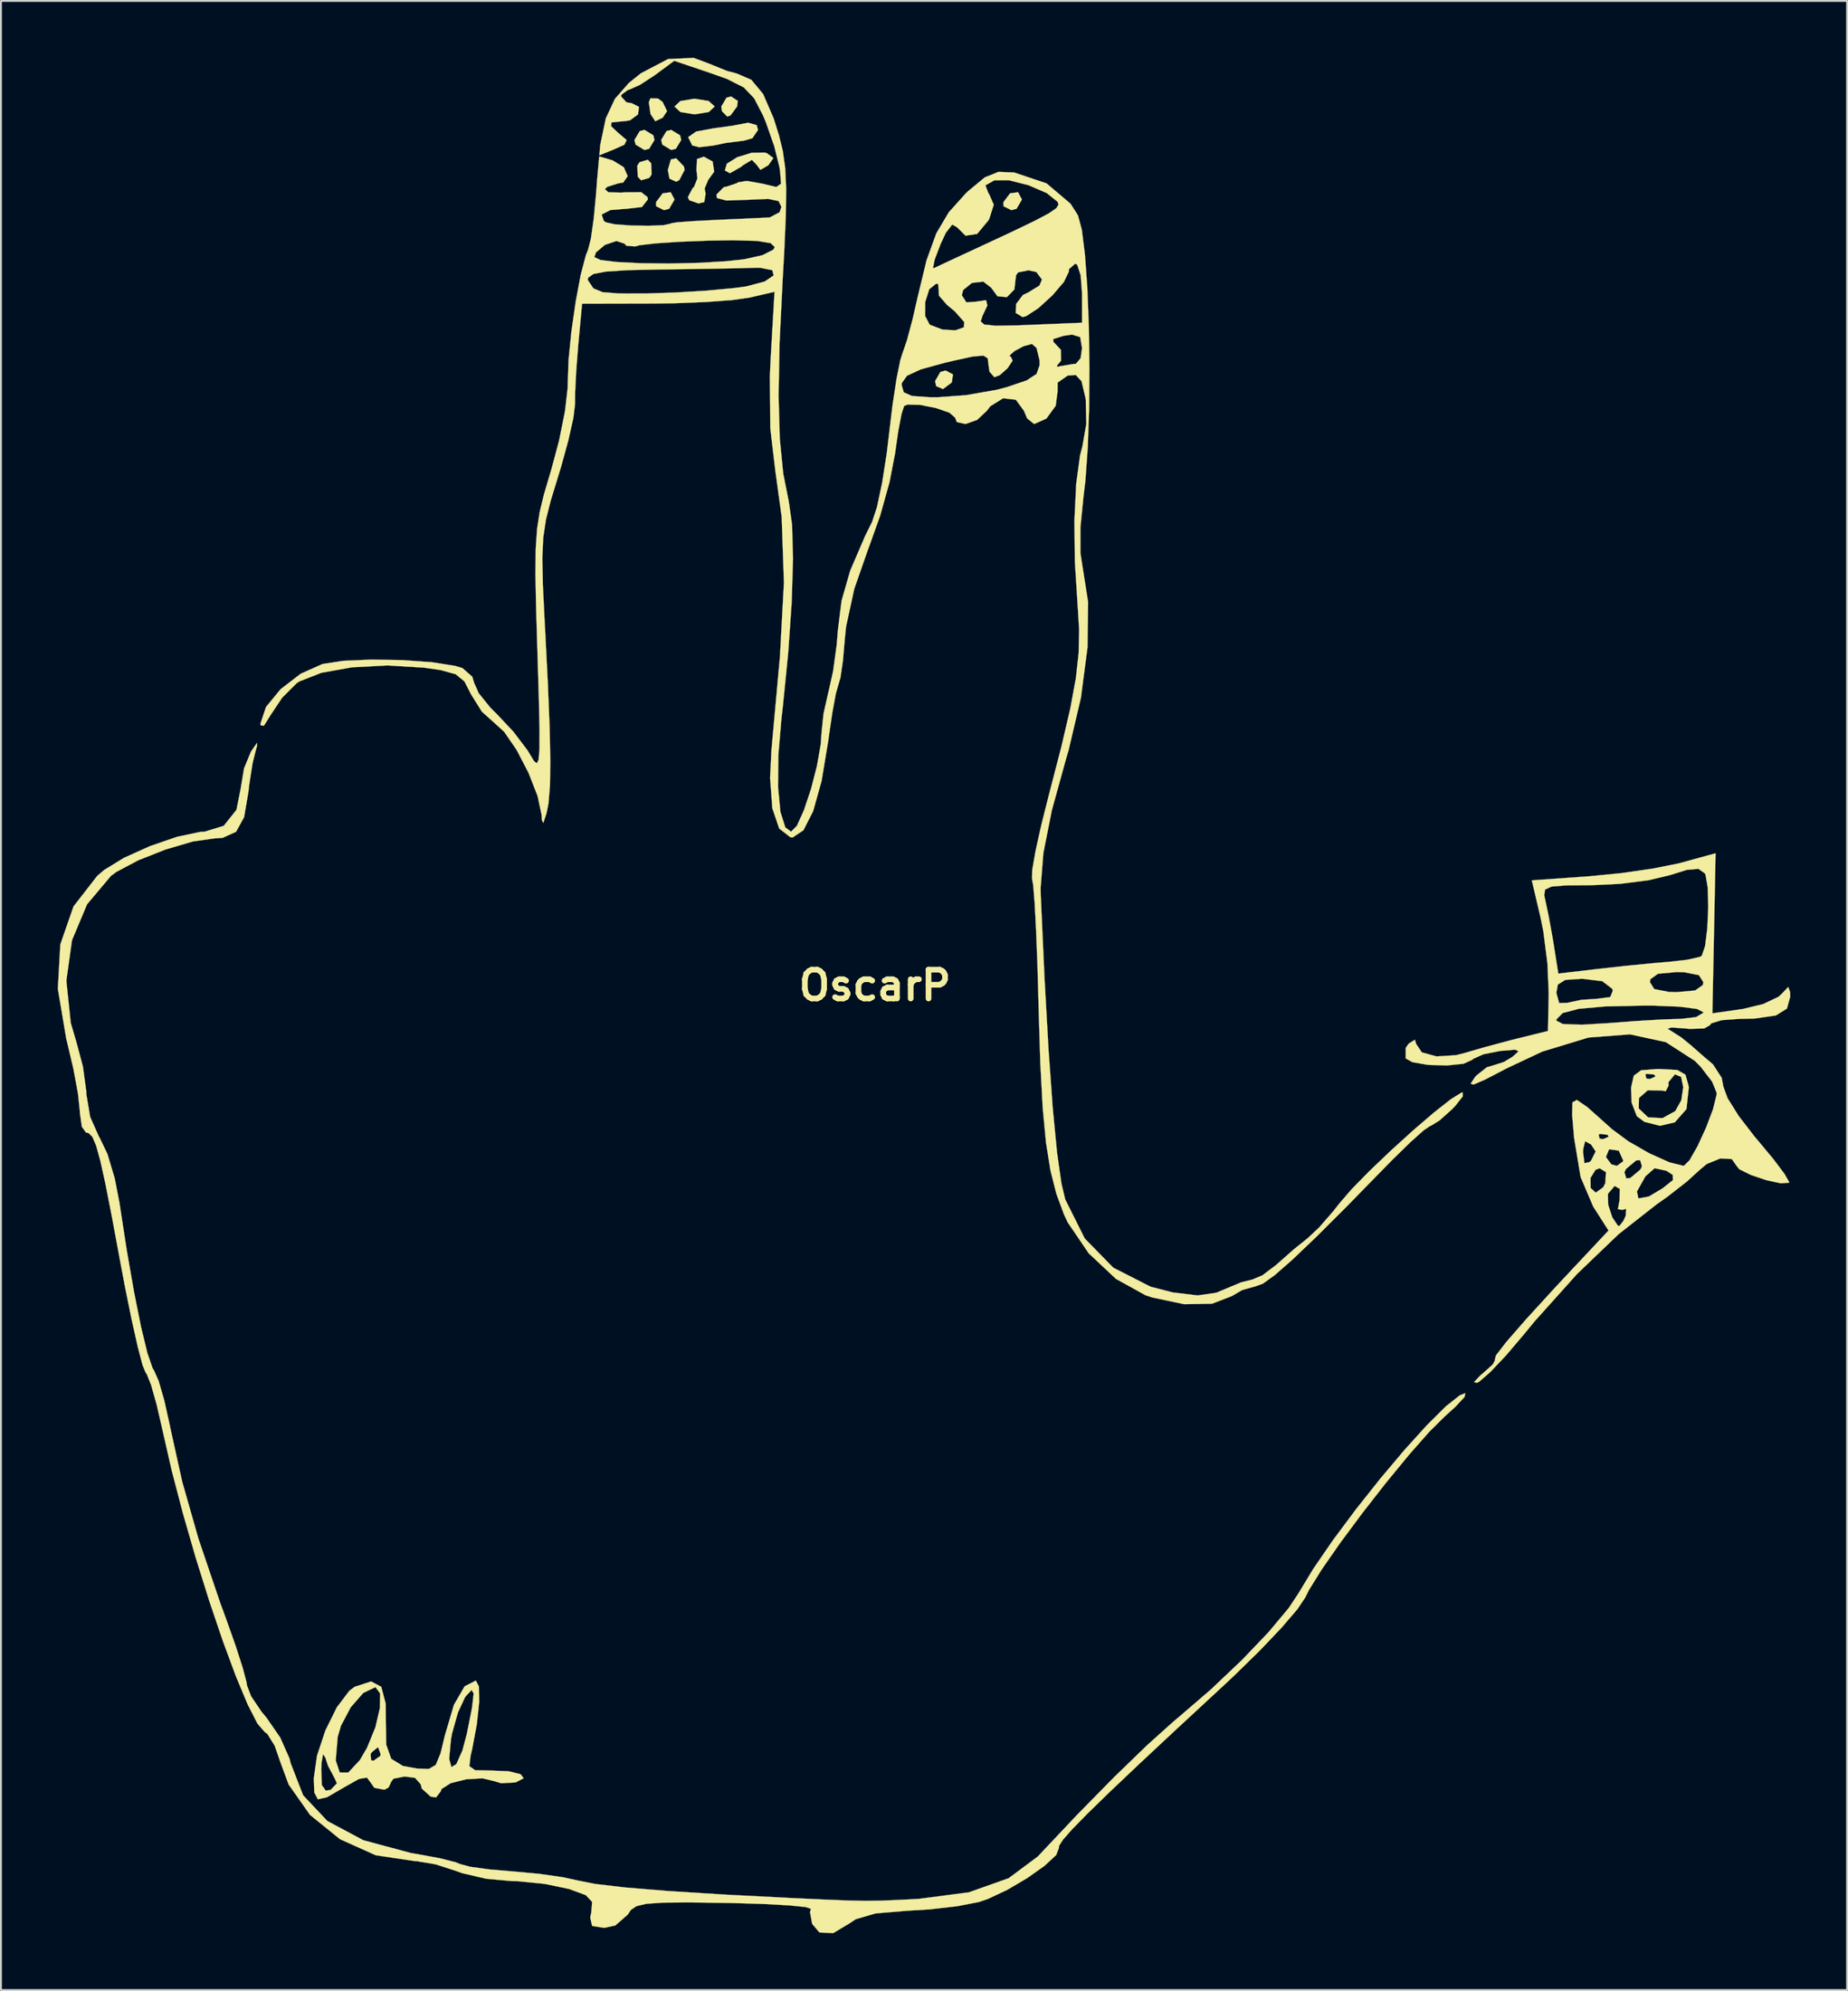
<source format=kicad_pcb>
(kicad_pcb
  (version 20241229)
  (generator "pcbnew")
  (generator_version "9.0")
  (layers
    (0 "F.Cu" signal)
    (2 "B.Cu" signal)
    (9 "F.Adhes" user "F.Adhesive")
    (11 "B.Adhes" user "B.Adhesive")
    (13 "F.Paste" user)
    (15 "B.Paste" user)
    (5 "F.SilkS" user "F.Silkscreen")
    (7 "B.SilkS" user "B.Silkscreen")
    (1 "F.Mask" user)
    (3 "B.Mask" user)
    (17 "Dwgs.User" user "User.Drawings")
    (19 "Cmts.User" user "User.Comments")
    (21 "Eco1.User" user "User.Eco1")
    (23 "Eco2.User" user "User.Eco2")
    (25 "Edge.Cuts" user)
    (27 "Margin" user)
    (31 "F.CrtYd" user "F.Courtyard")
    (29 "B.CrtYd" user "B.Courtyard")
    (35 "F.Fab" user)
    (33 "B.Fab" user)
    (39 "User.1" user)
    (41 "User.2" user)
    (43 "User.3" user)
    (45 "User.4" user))
  (footprint "OscarP"
    (layer "F.Cu")
    (at 43.153 48.963)
    (property "Reference" "OscarP" (at 0 0 0) (layer "F.SilkS") (effects (font (size 1.524 1.524) (thickness 0.3))))
    (attr through_hole)
    (fp_poly (pts (xy -10.583 -41.481) (xy -10.867 -40.995) (xy -11.142 -40.922) (xy -11.553 -41.127) (xy -11.561 -41.341) (xy -11.21 -41.807) (xy -10.787 -41.866) (xy -10.583 -41.481)) (stroke (width 0.01) (type solid)) (fill yes) (layer "F.SilkS"))
    (fp_poly (pts (xy 4.12 -32.25) (xy 4.058 -31.827) (xy 3.594 -31.478) (xy 3.234 -31.632) (xy 3.175 -31.897) (xy 3.459 -32.383) (xy 3.734 -32.456) (xy 4.12 -32.25)) (stroke (width 0.01) (type solid)) (fill yes) (layer "F.SilkS"))
    (fp_poly (pts (xy 7.761 -41.481) (xy 7.477 -40.995) (xy 7.203 -40.922) (xy 6.791 -41.127) (xy 6.784 -41.341) (xy 7.135 -41.807) (xy 7.557 -41.866) (xy 7.761 -41.481)) (stroke (width 0.01) (type solid)) (fill yes) (layer "F.SilkS"))
    (fp_poly (pts (xy -11.818 -43.392) (xy -11.792 -42.807) (xy -11.915 -42.625) (xy -12.347 -42.498) (xy -12.524 -42.686) (xy -12.549 -43.271) (xy -12.427 -43.453) (xy -11.994 -43.58) (xy -11.818 -43.392)) (stroke (width 0.01) (type solid)) (fill yes) (layer "F.SilkS"))
    (fp_poly (pts (xy -11.703 -44.873) (xy -11.642 -44.626) (xy -11.924 -44.159) (xy -12.171 -44.097) (xy -12.639 -44.38) (xy -12.7 -44.626) (xy -12.418 -45.094) (xy -12.171 -45.156) (xy -11.703 -44.873)) (stroke (width 0.01) (type solid)) (fill yes) (layer "F.SilkS"))
    (fp_poly (pts (xy -11.456 -46.812) (xy -11.212 -46.631) (xy -10.98 -46.147) (xy -11.207 -45.802) (xy -11.599 -45.615) (xy -11.85 -45.994) (xy -11.94 -46.613) (xy -11.856 -46.823) (xy -11.456 -46.812)) (stroke (width 0.01) (type solid)) (fill yes) (layer "F.SilkS"))
    (fp_poly (pts (xy -10.292 -44.873) (xy -10.231 -44.626) (xy -10.513 -44.159) (xy -10.76 -44.097) (xy -11.227 -44.38) (xy -11.289 -44.626) (xy -11.007 -45.094) (xy -10.76 -45.156) (xy -10.292 -44.873)) (stroke (width 0.01) (type solid)) (fill yes) (layer "F.SilkS"))
    (fp_poly (pts (xy -10.085 -43.223) (xy -10.054 -43.039) (xy -10.332 -42.509) (xy -10.495 -42.422) (xy -10.849 -42.585) (xy -10.936 -43.039) (xy -10.774 -43.598) (xy -10.495 -43.656) (xy -10.085 -43.223)) (stroke (width 0.01) (type solid)) (fill yes) (layer "F.SilkS"))
    (fp_poly (pts (xy -7.24 -46.686) (xy -7.281 -46.39) (xy -7.627 -45.923) (xy -7.799 -45.861) (xy -8.079 -46.147) (xy -8.114 -46.39) (xy -7.837 -46.858) (xy -7.596 -46.919) (xy -7.24 -46.686)) (stroke (width 0.01) (type solid)) (fill yes) (layer "F.SilkS"))
    (fp_poly (pts (xy -8.782 -46.683) (xy -8.467 -46.396) (xy -8.467 -46.39) (xy -8.773 -46.101) (xy -9.511 -45.979) (xy -9.525 -45.979) (xy -10.268 -46.098) (xy -10.583 -46.385) (xy -10.583 -46.39) (xy -10.277 -46.679) (xy -9.539 -46.802) (xy -9.525 -46.802) (xy -8.782 -46.683)) (stroke (width 0.01) (type solid)) (fill yes) (layer "F.SilkS"))
    (fp_poly (pts (xy -6.245 -45.408) (xy -6.174 -45.156) (xy -6.471 -44.718) (xy -6.918 -44.589) (xy -7.867 -44.47) (xy -8.542 -44.331) (xy -9.286 -44.243) (xy -9.649 -44.339) (xy -9.862 -44.774) (xy -9.445 -45.069) (xy -8.555 -45.235) (xy -7.537 -45.376) (xy -6.773 -45.519) (xy -6.703 -45.537) (xy -6.245 -45.408)) (stroke (width 0.01) (type solid)) (fill yes) (layer "F.SilkS"))
    (fp_poly (pts (xy -5.701 -43.924) (xy -5.364 -43.671) (xy -5.63 -43.292) (xy -6.046 -43.047) (xy -6.254 -43.325) (xy -6.498 -43.575) (xy -6.971 -43.29) (xy -7.057 -43.214) (xy -7.66 -42.87) (xy -7.924 -43.017) (xy -7.82 -43.374) (xy -7.266 -43.718) (xy -6.515 -43.947) (xy -5.815 -43.958) (xy -5.701 -43.924)) (stroke (width 0.01) (type solid)) (fill yes) (layer "F.SilkS"))
    (fp_poly (pts (xy -8.571 -43.488) (xy -8.49 -42.952) (xy -8.804 -42.519) (xy -8.996 -42.06) (xy -8.943 -41.793) (xy -9.012 -41.35) (xy -9.311 -41.275) (xy -9.804 -41.444) (xy -9.878 -41.607) (xy -9.623 -42.089) (xy -9.558 -42.136) (xy -9.376 -42.593) (xy -9.423 -43.039) (xy -9.399 -43.617) (xy -9.037 -43.744) (xy -8.571 -43.488)) (stroke (width 0.01) (type solid)) (fill yes) (layer "F.SilkS"))
    (fp_poly (pts (xy 42.368 4.461) (xy 42.799 4.708) (xy 42.963 5.294) (xy 42.976 5.401) (xy 42.853 6.526) (xy 42.237 7.225) (xy 41.451 7.408) (xy 40.629 7.196) (xy 40.234 6.901) (xy 40.075 6.491) (xy 40.331 6.491) (xy 40.828 6.963) (xy 41.589 7.003) (xy 42.263 6.632) (xy 42.582 6.058) (xy 42.684 5.367) (xy 42.57 4.823) (xy 42.245 4.689) (xy 41.902 5.105) (xy 41.907 5.291) (xy 41.757 5.581) (xy 41.522 5.544) (xy 40.812 5.532) (xy 40.346 5.94) (xy 40.331 6.491) (xy 40.075 6.491) (xy 39.958 6.188) (xy 39.927 5.401) (xy 40.072 4.761) (xy 40.151 4.704) (xy 40.687 4.704) (xy 40.735 4.913) (xy 40.922 4.939) (xy 41.213 4.81) (xy 41.157 4.704) (xy 40.739 4.661) (xy 40.687 4.704) (xy 40.151 4.704) (xy 40.457 4.478) (xy 41.298 4.41) (xy 41.451 4.41) (xy 42.368 4.461)) (stroke (width 0.01) (type solid)) (fill yes) (layer "F.SilkS"))
    (fp_poly (pts (xy -20.913 37.003) (xy -20.9 37.829) (xy -21.023 38.99) (xy -21.27 40.31) (xy -21.356 40.671) (xy -21.417 41.207) (xy -21.115 41.42) (xy -20.316 41.437) (xy -19.342 41.476) (xy -18.714 41.631) (xy -18.55 41.844) (xy -18.968 42.061) (xy -18.981 42.065) (xy -19.737 42.109) (xy -20.065 42.008) (xy -20.717 41.85) (xy -21.59 41.9) (xy -22.407 42.106) (xy -22.891 42.416) (xy -22.931 42.537) (xy -23.175 42.856) (xy -23.46 42.814) (xy -23.928 42.39) (xy -23.989 42.157) (xy -24.289 41.823) (xy -24.837 41.753) (xy -25.428 41.87) (xy -25.545 42.032) (xy -25.684 42.333) (xy -25.902 42.45) (xy -26.435 42.349) (xy -26.606 42.106) (xy -26.824 41.811) (xy -27.247 41.881) (xy -27.999 42.305) (xy -28.931 42.845) (xy -29.418 42.956) (xy -29.605 42.597) (xy -29.633 41.849) (xy -29.562 41.352) (xy -29.24 41.352) (xy -29.208 42.207) (xy -29 42.501) (xy -28.742 42.457) (xy -28.411 42.113) (xy -28.528 41.851) (xy -28.884 41.181) (xy -28.973 40.906) (xy -28.475 40.906) (xy -28.263 41.541) (xy -27.812 41.544) (xy -27.198 40.885) (xy -27.015 40.569) (xy -26.635 40.569) (xy -26.607 40.895) (xy -26.479 40.922) (xy -26.12 40.666) (xy -26.106 40.569) (xy -26.226 40.226) (xy -26.261 40.217) (xy -26.562 40.464) (xy -26.635 40.569) (xy -27.015 40.569) (xy -26.818 40.231) (xy -26.379 39.155) (xy -26.141 38.136) (xy -26.129 37.368) (xy -26.368 37.043) (xy -26.392 37.042) (xy -27.021 37.343) (xy -27.68 38.096) (xy -28.2 39.077) (xy -28.371 39.666) (xy -28.475 40.906) (xy -28.973 40.906) (xy -29.025 40.746) (xy -29.143 40.57) (xy -29.224 41.029) (xy -29.24 41.352) (xy -29.562 41.352) (xy -29.462 40.653) (xy -29.02 39.323) (xy -28.416 38.102) (xy -27.757 37.231) (xy -27.475 37.019) (xy -26.605 36.734) (xy -26.069 37.021) (xy -25.835 37.913) (xy -25.829 38.789) (xy -25.81 40.068) (xy -25.544 40.817) (xy -24.927 41.196) (xy -24.175 41.333) (xy -23.561 41.356) (xy -23.193 41.142) (xy -23.06 40.824) (xy -22.484 40.824) (xy -22.364 41.256) (xy -22.104 41.098) (xy -21.782 40.374) (xy -21.549 39.494) (xy -21.276 38.122) (xy -21.191 37.372) (xy -21.296 37.185) (xy -21.595 37.501) (xy -21.652 37.581) (xy -22.019 38.371) (xy -22.33 39.471) (xy -22.388 39.776) (xy -22.484 40.824) (xy -23.06 40.824) (xy -22.938 40.531) (xy -22.712 39.591) (xy -22.232 37.969) (xy -21.667 36.992) (xy -21.076 36.689) (xy -20.913 37.003)) (stroke (width 0.01) (type solid)) (fill yes) (layer "F.SilkS"))
    (fp_poly (pts (xy -32.628 -12.635) (xy -32.668 -12.524) (xy -32.864 -11.737) (xy -33.039 -10.621) (xy -33.083 -10.231) (xy -33.312 -8.885) (xy -33.736 -8.113) (xy -34.445 -7.792) (xy -34.894 -7.761) (xy -36.025 -7.597) (xy -37.46 -7.176) (xy -38.901 -6.607) (xy -40.051 -5.998) (xy -40.342 -5.785) (xy -41.604 -4.285) (xy -42.402 -2.387) (xy -42.7 -0.248) (xy -42.468 1.974) (xy -42.167 2.999) (xy -41.826 4.275) (xy -41.649 5.572) (xy -41.643 5.747) (xy -41.442 6.94) (xy -40.971 7.997) (xy -40.94 8.04) (xy -40.528 8.901) (xy -40.144 10.188) (xy -39.896 11.465) (xy -39.513 13.957) (xy -39.126 16.174) (xy -38.756 18.018) (xy -38.424 19.39) (xy -38.149 20.193) (xy -38.073 20.318) (xy -37.826 20.872) (xy -37.527 21.909) (xy -37.236 23.214) (xy -37.21 23.351) (xy -36.582 26.191) (xy -35.721 29.21) (xy -34.57 32.6) (xy -34.253 33.466) (xy -33.762 34.849) (xy -33.386 36.018) (xy -33.182 36.789) (xy -33.161 36.947) (xy -32.942 37.522) (xy -32.39 38.338) (xy -32.12 38.663) (xy -31.404 39.699) (xy -30.916 40.8) (xy -30.853 41.055) (xy -30.194 42.747) (xy -28.917 44.101) (xy -27.021 45.115) (xy -24.507 45.791) (xy -24.097 45.86) (xy -22.984 46.066) (xy -22.148 46.277) (xy -21.89 46.379) (xy -21.365 46.519) (xy -20.358 46.657) (xy -19.158 46.76) (xy -17.752 46.887) (xy -16.473 47.07) (xy -15.721 47.235) (xy -14.773 47.424) (xy -13.18 47.611) (xy -10.927 47.796) (xy -7.999 47.982) (xy -4.381 48.169) (xy -4.233 48.175) (xy -2.558 48.253) (xy -1.379 48.3) (xy -0.489 48.317) (xy 0.321 48.306) (xy 1.258 48.267) (xy 2.293 48.214) (xy 4.964 47.865) (xy 7.061 47.121) (xy 8.598 45.977) (xy 8.62 45.953) (xy 10.69 43.76) (xy 12.643 41.774) (xy 14.374 40.099) (xy 15.779 38.838) (xy 16.03 38.629) (xy 17.742 37.156) (xy 19.366 35.618) (xy 20.775 34.145) (xy 21.844 32.869) (xy 22.354 32.103) (xy 23.148 30.79) (xy 24.19 29.274) (xy 25.396 27.656) (xy 26.679 26.039) (xy 27.955 24.526) (xy 29.138 23.219) (xy 30.143 22.22) (xy 30.884 21.633) (xy 31.179 21.519) (xy 31.133 21.721) (xy 30.652 22.24) (xy 30.098 22.74) (xy 29.275 23.555) (xy 28.2 24.775) (xy 26.983 26.255) (xy 25.736 27.852) (xy 24.568 29.424) (xy 23.591 30.827) (xy 22.914 31.917) (xy 22.722 32.305) (xy 22.303 32.93) (xy 21.465 33.906) (xy 20.315 35.113) (xy 18.964 36.434) (xy 18.475 36.891) (xy 15.98 39.201) (xy 13.967 41.08) (xy 12.397 42.568) (xy 11.229 43.705) (xy 10.42 44.531) (xy 9.93 45.088) (xy 9.719 45.415) (xy 9.713 45.527) (xy 9.569 45.899) (xy 8.956 46.466) (xy 8.038 47.116) (xy 6.981 47.738) (xy 5.95 48.221) (xy 5.476 48.38) (xy 4.349 48.598) (xy 2.877 48.768) (xy 1.683 48.84) (xy 0.032 48.979) (xy -1.019 49.286) (xy -1.343 49.504) (xy -2.203 50.018) (xy -2.929 49.985) (xy -3.315 49.533) (xy -3.427 48.922) (xy -3.383 48.735) (xy -3.659 48.643) (xy -4.516 48.556) (xy -5.831 48.483) (xy -7.481 48.432) (xy -7.961 48.423) (xy -9.878 48.399) (xy -11.209 48.411) (xy -12.076 48.472) (xy -12.597 48.596) (xy -12.893 48.8) (xy -13.057 49.045) (xy -13.712 49.615) (xy -14.307 49.742) (xy -14.934 49.639) (xy -15.035 49.196) (xy -14.977 48.922) (xy -14.936 48.368) (xy -15.273 48.012) (xy -16.144 47.692) (xy -16.158 47.688) (xy -17.428 47.422) (xy -18.855 47.28) (xy -19.19 47.272) (xy -20.524 47.151) (xy -21.811 46.851) (xy -22.103 46.743) (xy -23.206 46.387) (xy -24.225 46.216) (xy -24.322 46.214) (xy -26.364 45.908) (xy -28.249 45.061) (xy -29.831 43.78) (xy -30.961 42.174) (xy -31.363 41.088) (xy -31.697 40.129) (xy -32.086 39.503) (xy -32.22 39.406) (xy -32.605 38.965) (xy -33.126 37.946) (xy -33.749 36.453) (xy -34.438 34.593) (xy -35.157 32.472) (xy -35.871 30.193) (xy -36.543 27.864) (xy -37.138 25.589) (xy -37.62 23.474) (xy -37.623 23.46) (xy -37.929 22.127) (xy -38.226 21.079) (xy -38.462 20.494) (xy -38.511 20.437) (xy -38.674 20.039) (xy -38.93 19.067) (xy -39.25 17.641) (xy -39.607 15.885) (xy -39.847 14.613) (xy -40.287 12.246) (xy -40.632 10.488) (xy -40.905 9.251) (xy -41.129 8.447) (xy -41.326 7.99) (xy -41.522 7.792) (xy -41.666 7.761) (xy -41.882 7.452) (xy -41.987 6.701) (xy -41.989 6.615) (xy -42.084 5.709) (xy -42.328 4.396) (xy -42.669 2.947) (xy -42.702 2.822) (xy -43.148 0.18) (xy -43.017 -2.168) (xy -42.319 -4.173) (xy -41.065 -5.786) (xy -40.703 -6.094) (xy -39.658 -6.735) (xy -38.278 -7.356) (xy -36.848 -7.847) (xy -35.652 -8.1) (xy -35.405 -8.114) (xy -34.388 -8.425) (xy -33.716 -9.269) (xy -33.501 -10.344) (xy -33.315 -11.459) (xy -32.948 -12.347) (xy -32.635 -12.796) (xy -32.628 -12.635)) (stroke (width 0.01) (type solid)) (fill yes) (layer "F.SilkS"))
    (fp_poly (pts (xy 44.307 -2.752) (xy 44.222 1.472) (xy 45.836 1.241) (xy 46.907 0.982) (xy 47.71 0.601) (xy 47.89 0.438) (xy 48.228 0.079) (xy 48.327 0.354) (xy 48.331 0.6) (xy 48.16 1.219) (xy 47.575 1.585) (xy 46.464 1.745) (xy 45.656 1.764) (xy 44.719 1.831) (xy 44.163 1.999) (xy 44.097 2.094) (xy 43.789 2.269) (xy 43.025 2.292) (xy 42.774 2.268) (xy 42.059 2.219) (xy 41.859 2.285) (xy 41.936 2.334) (xy 42.58 2.743) (xy 43.058 3.131) (xy 43.814 3.793) (xy 44.248 4.159) (xy 44.714 4.876) (xy 44.803 5.346) (xy 45.025 5.952) (xy 45.611 6.888) (xy 46.445 7.97) (xy 46.613 8.167) (xy 47.443 9.165) (xy 48.031 9.947) (xy 48.274 10.374) (xy 48.269 10.41) (xy 47.84 10.444) (xy 47.071 10.277) (xy 46.245 9.998) (xy 45.644 9.699) (xy 45.508 9.534) (xy 45.249 9.161) (xy 44.637 9.133) (xy 43.921 9.427) (xy 43.568 9.721) (xy 42.862 10.362) (xy 41.852 11.148) (xy 41.275 11.555) (xy 39.264 13.133) (xy 37.079 15.227) (xy 34.846 17.715) (xy 34.263 18.424) (xy 33.329 19.524) (xy 32.498 20.401) (xy 31.911 20.911) (xy 31.793 20.974) (xy 31.636 20.933) (xy 31.983 20.571) (xy 32.103 20.474) (xy 32.632 19.997) (xy 32.75 19.767) (xy 32.731 19.763) (xy 32.795 19.525) (xy 33.342 18.815) (xy 34.377 17.628) (xy 35.906 15.957) (xy 36.92 14.872) (xy 38.738 12.935) (xy 37.929 11.671) (xy 37.653 11.024) (xy 38.706 11.024) (xy 38.719 11.572) (xy 38.935 12.239) (xy 39.226 12.67) (xy 39.309 12.7) (xy 39.525 12.424) (xy 39.646 12.153) (xy 39.672 11.788) (xy 39.469 11.844) (xy 39.233 11.809) (xy 39.321 11.333) (xy 39.334 10.874) (xy 40.237 10.874) (xy 40.315 11.243) (xy 40.869 11.139) (xy 41.592 10.71) (xy 42.138 10.275) (xy 42.131 10.002) (xy 41.79 9.778) (xy 41.172 9.647) (xy 40.689 10.072) (xy 40.237 10.874) (xy 39.334 10.874) (xy 39.338 10.742) (xy 39.061 10.582) (xy 38.727 10.971) (xy 38.706 11.024) (xy 37.653 11.024) (xy 37.284 10.16) (xy 37.785 10.16) (xy 37.794 10.689) (xy 38.062 10.936) (xy 38.453 10.657) (xy 38.567 10.441) (xy 38.603 9.856) (xy 39.577 9.856) (xy 39.674 10.184) (xy 39.886 10.164) (xy 40.421 9.718) (xy 40.503 9.547) (xy 40.407 9.219) (xy 40.195 9.238) (xy 39.66 9.685) (xy 39.577 9.856) (xy 38.603 9.856) (xy 38.603 9.853) (xy 38.269 9.648) (xy 38.051 9.732) (xy 37.785 10.16) (xy 37.284 10.16) (xy 37.266 10.118) (xy 37.049 8.819) (xy 37.394 8.819) (xy 37.466 9.38) (xy 37.732 9.324) (xy 37.818 9.243) (xy 37.911 9.058) (xy 38.602 9.058) (xy 38.885 9.441) (xy 39.179 9.525) (xy 39.505 9.288) (xy 39.511 9.231) (xy 39.281 8.72) (xy 38.803 8.649) (xy 38.751 8.677) (xy 38.602 9.058) (xy 37.911 9.058) (xy 38.059 8.763) (xy 37.818 8.396) (xy 37.502 8.222) (xy 37.397 8.65) (xy 37.394 8.819) (xy 37.049 8.819) (xy 36.919 8.04) (xy 36.906 7.879) (xy 38.218 7.879) (xy 38.266 8.088) (xy 38.453 8.114) (xy 38.743 7.985) (xy 38.688 7.879) (xy 38.269 7.836) (xy 38.218 7.879) (xy 36.906 7.879) (xy 36.818 6.831) (xy 36.834 6.172) (xy 37.066 6.042) (xy 37.614 6.418) (xy 38.577 7.276) (xy 38.913 7.58) (xy 39.796 8.232) (xy 40.899 8.864) (xy 41.961 9.339) (xy 42.713 9.525) (xy 43.016 9.227) (xy 43.44 8.482) (xy 43.886 7.512) (xy 44.254 6.539) (xy 44.442 5.786) (xy 44.45 5.669) (xy 44.209 5.077) (xy 43.603 4.291) (xy 43.303 3.985) (xy 41.765 2.992) (xy 39.876 2.581) (xy 37.684 2.748) (xy 35.237 3.492) (xy 33.373 4.368) (xy 32.226 4.965) (xy 31.614 5.231) (xy 31.46 5.183) (xy 31.686 4.841) (xy 31.75 4.763) (xy 32.315 4.316) (xy 32.608 4.233) (xy 33.212 4.04) (xy 33.659 3.771) (xy 33.989 3.479) (xy 33.805 3.39) (xy 33.017 3.457) (xy 32.125 3.634) (xy 31.585 3.878) (xy 31.55 3.92) (xy 31.078 4.134) (xy 30.201 4.223) (xy 29.205 4.193) (xy 28.378 4.049) (xy 28.027 3.85) (xy 28.027 3.301) (xy 28.182 3.074) (xy 28.515 2.866) (xy 28.575 3.081) (xy 28.879 3.532) (xy 29.653 3.745) (xy 30.691 3.68) (xy 31.131 3.568) (xy 32.212 3.254) (xy 33.515 2.906) (xy 33.909 2.806) (xy 35.54 2.403) (xy 35.551 1.857) (xy 35.983 1.857) (xy 36.324 2.036) (xy 37.33 2.073) (xy 38.682 1.992) (xy 40.174 1.879) (xy 41.549 1.798) (xy 42.523 1.764) (xy 42.563 1.764) (xy 43.358 1.672) (xy 43.739 1.446) (xy 43.744 1.411) (xy 43.412 1.241) (xy 42.494 1.121) (xy 41.108 1.065) (xy 40.658 1.063) (xy 38.587 1.106) (xy 37.159 1.234) (xy 36.313 1.458) (xy 35.99 1.787) (xy 35.983 1.857) (xy 35.551 1.857) (xy 35.58 0.408) (xy 35.579 0.391) (xy 35.983 0.391) (xy 36.131 0.928) (xy 36.541 0.92) (xy 37.304 0.759) (xy 38.118 0.706) (xy 38.83 0.611) (xy 38.966 0.278) (xy 38.933 0.176) (xy 38.473 -0.176) (xy 40.922 -0.176) (xy 41.155 0.192) (xy 41.928 0.343) (xy 42.333 0.353) (xy 43.315 0.265) (xy 43.719 -0.024) (xy 43.744 -0.176) (xy 43.511 -0.544) (xy 42.739 -0.696) (xy 42.333 -0.706) (xy 41.352 -0.618) (xy 40.948 -0.329) (xy 40.922 -0.176) (xy 38.473 -0.176) (xy 38.41 -0.225) (xy 37.357 -0.353) (xy 36.453 -0.293) (xy 36.06 -0.046) (xy 35.983 0.391) (xy 35.579 0.391) (xy 35.512 -1.165) (xy 35.294 -2.866) (xy 35.153 -3.567) (xy 34.872 -4.763) (xy 35.342 -4.763) (xy 35.399 -4.498) (xy 35.58 -3.646) (xy 35.787 -2.501) (xy 35.842 -2.165) (xy 36.086 -0.626) (xy 38.24 -0.879) (xy 39.717 -1.042) (xy 41.182 -1.184) (xy 41.925 -1.246) (xy 42.907 -1.358) (xy 43.556 -1.506) (xy 43.66 -1.562) (xy 43.836 -2.071) (xy 43.954 -3.02) (xy 44.004 -4.142) (xy 43.976 -5.172) (xy 43.86 -5.845) (xy 43.823 -5.916) (xy 43.488 -6.153) (xy 42.87 -6.1) (xy 41.999 -5.828) (xy 40.848 -5.553) (xy 39.325 -5.36) (xy 37.841 -5.292) (xy 36.501 -5.281) (xy 35.729 -5.219) (xy 35.388 -5.061) (xy 35.342 -4.763) (xy 34.872 -4.763) (xy 34.687 -5.547) (xy 37.717 -5.762) (xy 39.394 -5.926) (xy 41.061 -6.165) (xy 42.397 -6.431) (xy 42.568 -6.476) (xy 44.391 -6.976) (xy 44.307 -2.752)) (stroke (width 0.01) (type solid)) (fill yes) (layer "F.SilkS"))
    (fp_poly (pts (xy -8.773 -48.659) (xy -7.822 -48.272) (xy -7.297 -48.134) (xy -6.527 -47.799) (xy -5.905 -47.051) (xy -5.353 -45.775) (xy -5.072 -44.882) (xy -4.867 -44.05) (xy -4.74 -43.151) (xy -4.688 -42.047) (xy -4.707 -40.596) (xy -4.794 -38.662) (xy -4.871 -37.297) (xy -5.037 -33.911) (xy -5.089 -31.129) (xy -5.026 -28.863) (xy -4.844 -27.019) (xy -4.548 -25.532) (xy -4.377 -24.316) (xy -4.328 -22.513) (xy -4.396 -20.229) (xy -4.579 -17.571) (xy -4.872 -14.647) (xy -4.935 -14.111) (xy -5.101 -12.161) (xy -5.117 -10.474) (xy -4.992 -9.163) (xy -4.734 -8.342) (xy -4.428 -8.114) (xy -4.121 -8.429) (xy -3.752 -9.243) (xy -3.378 -10.362) (xy -3.061 -11.59) (xy -2.861 -12.733) (xy -2.822 -13.314) (xy -2.715 -14.346) (xy -2.456 -15.489) (xy -2.445 -15.525) (xy -2.206 -16.607) (xy -2.018 -17.989) (xy -1.959 -18.73) (xy -1.763 -20.305) (xy -1.307 -21.892) (xy -0.518 -23.724) (xy -0.149 -24.469) (xy 0.108 -25.25) (xy 0.379 -26.525) (xy 0.624 -28.088) (xy 0.739 -29.055) (xy 0.93 -30.642) (xy 1.089 -31.682) (xy 1.411 -31.682) (xy 1.522 -31.305) (xy 1.961 -31.112) (xy 2.893 -31.047) (xy 3.287 -31.044) (xy 4.819 -31.157) (xy 6.434 -31.44) (xy 6.954 -31.576) (xy 8.009 -31.933) (xy 8.536 -32.277) (xy 8.696 -32.738) (xy 8.694 -32.987) (xy 8.534 -33.647) (xy 8.29 -33.861) (xy 7.84 -33.737) (xy 7.36 -33.478) (xy 7.097 -33.24) (xy 7.187 -33.167) (xy 7.268 -32.977) (xy 7.004 -32.579) (xy 6.592 -32.212) (xy 6.307 -32.103) (xy 6.049 -32.396) (xy 5.997 -32.76) (xy 5.956 -33.1) (xy 5.733 -33.243) (xy 5.174 -33.197) (xy 4.128 -32.97) (xy 3.704 -32.869) (xy 2.411 -32.514) (xy 1.692 -32.18) (xy 1.423 -31.805) (xy 1.411 -31.682) (xy 1.089 -31.682) (xy 1.141 -32.023) (xy 1.34 -33.007) (xy 1.445 -33.337) (xy 1.688 -34.044) (xy 1.708 -34.117) (xy 9.415 -34.117) (xy 9.426 -33.959) (xy 9.437 -33.955) (xy 9.819 -33.547) (xy 9.826 -32.974) (xy 9.613 -32.719) (xy 9.628 -32.651) (xy 9.818 -32.69) (xy 10.481 -32.802) (xy 10.612 -32.808) (xy 10.861 -33.109) (xy 10.936 -33.641) (xy 10.837 -34.223) (xy 10.399 -34.353) (xy 9.966 -34.289) (xy 9.415 -34.117) (xy 1.708 -34.117) (xy 1.993 -35.181) (xy 2.029 -35.341) (xy 2.648 -35.341) (xy 2.89 -34.876) (xy 3.564 -34.618) (xy 4.249 -34.579) (xy 4.699 -34.738) (xy 4.717 -35.013) (xy 4.224 -35.574) (xy 3.808 -35.919) (xy 3.381 -36.407) (xy 3.38 -36.43) (xy 4.586 -36.43) (xy 4.829 -36.053) (xy 5.292 -36.086) (xy 5.87 -36.169) (xy 5.937 -35.891) (xy 5.678 -35.343) (xy 5.583 -35.049) (xy 5.771 -34.883) (xy 6.366 -34.821) (xy 7.491 -34.838) (xy 8.148 -34.864) (xy 10.936 -34.979) (xy 10.936 -36.539) (xy 10.865 -37.477) (xy 10.685 -38.033) (xy 10.583 -38.1) (xy 10.256 -37.821) (xy 10.231 -37.658) (xy 9.978 -37.133) (xy 9.371 -36.424) (xy 8.632 -35.749) (xy 7.986 -35.327) (xy 7.793 -35.278) (xy 7.432 -35.5) (xy 7.462 -35.98) (xy 7.815 -36.443) (xy 8.114 -36.587) (xy 8.687 -36.941) (xy 8.819 -37.259) (xy 8.525 -37.655) (xy 8.114 -37.747) (xy 7.56 -37.637) (xy 7.45 -37.483) (xy 7.364 -36.735) (xy 6.967 -36.33) (xy 6.472 -36.375) (xy 6.14 -36.826) (xy 5.725 -37.149) (xy 5.121 -37.081) (xy 4.659 -36.706) (xy 4.586 -36.43) (xy 3.38 -36.43) (xy 3.366 -36.713) (xy 3.337 -37.021) (xy 3.234 -37.042) (xy 2.867 -36.746) (xy 2.654 -36.072) (xy 2.648 -35.341) (xy 2.029 -35.341) (xy 2.257 -36.336) (xy 2.63 -37.88) (xy 3.066 -37.88) (xy 3.11 -37.856) (xy 3.533 -38.057) (xy 4.404 -38.463) (xy 5.468 -38.956) (xy 7.227 -39.775) (xy 8.435 -40.356) (xy 9.187 -40.754) (xy 9.576 -41.022) (xy 9.694 -41.213) (xy 9.648 -41.361) (xy 9.073 -41.822) (xy 8.112 -42.237) (xy 7.085 -42.498) (xy 6.31 -42.497) (xy 6.306 -42.496) (xy 5.834 -42.231) (xy 5.99 -41.814) (xy 6.032 -41.762) (xy 6.273 -41.208) (xy 6.042 -40.479) (xy 5.991 -40.381) (xy 5.396 -39.665) (xy 4.785 -39.574) (xy 4.339 -40.015) (xy 4.081 -40.163) (xy 3.742 -39.723) (xy 3.463 -39.126) (xy 3.155 -38.314) (xy 3.066 -37.88) (xy 2.63 -37.88) (xy 2.724 -38.271) (xy 3.241 -39.697) (xy 3.9 -40.809) (xy 4.795 -41.804) (xy 4.917 -41.92) (xy 5.799 -42.65) (xy 6.52 -42.94) (xy 7.357 -42.907) (xy 9.063 -42.334) (xy 10.328 -41.26) (xy 10.72 -40.646) (xy 10.925 -39.886) (xy 11.09 -38.561) (xy 11.215 -36.813) (xy 11.294 -34.782) (xy 11.326 -32.608) (xy 11.309 -30.433) (xy 11.238 -28.395) (xy 11.112 -26.637) (xy 11.015 -25.821) (xy 10.85 -24.178) (xy 10.85 -22.825) (xy 10.951 -22.175) (xy 11.255 -20.239) (xy 11.226 -17.855) (xy 10.878 -15.192) (xy 10.226 -12.417) (xy 10.109 -12.024) (xy 9.342 -9.248) (xy 8.894 -6.991) (xy 8.748 -5.154) (xy 8.755 -4.763) (xy 8.957 -0.334) (xy 9.168 3.406) (xy 9.387 6.454) (xy 9.614 8.806) (xy 9.849 10.459) (xy 10.05 11.3) (xy 11.082 13.361) (xy 12.585 14.896) (xy 14.55 15.899) (xy 15.723 16.202) (xy 17.04 16.361) (xy 18.017 16.221) (xy 18.487 16.027) (xy 19.33 15.672) (xy 19.93 15.522) (xy 19.935 15.522) (xy 20.459 15.3) (xy 21.184 14.755) (xy 21.278 14.67) (xy 22.104 13.941) (xy 22.828 13.359) (xy 22.844 13.347) (xy 23.447 12.783) (xy 24.207 11.911) (xy 24.515 11.517) (xy 25.169 10.759) (xy 26.125 9.783) (xy 27.256 8.705) (xy 28.433 7.638) (xy 29.529 6.699) (xy 30.417 6.001) (xy 30.968 5.66) (xy 31.04 5.644) (xy 31.039 5.856) (xy 30.626 6.379) (xy 30.483 6.526) (xy 29.825 7.115) (xy 29.367 7.403) (xy 29.331 7.408) (xy 28.978 7.645) (xy 28.271 8.277) (xy 27.34 9.186) (xy 26.965 9.567) (xy 24.903 11.677) (xy 23.269 13.306) (xy 22.018 14.498) (xy 21.104 15.296) (xy 20.482 15.741) (xy 20.111 15.875) (xy 19.387 16.079) (xy 18.853 16.393) (xy 17.796 16.8) (xy 16.329 16.824) (xy 14.633 16.466) (xy 14.287 16.351) (xy 12.727 15.488) (xy 11.287 14.136) (xy 10.179 12.505) (xy 9.985 12.091) (xy 9.582 11.001) (xy 9.269 9.771) (xy 9.032 8.289) (xy 8.858 6.443) (xy 8.733 4.123) (xy 8.644 1.218) (xy 8.638 0.96) (xy 8.581 -1.083) (xy 8.511 -2.886) (xy 8.435 -4.326) (xy 8.358 -5.286) (xy 8.295 -5.636) (xy 8.304 -6.085) (xy 8.475 -7.069) (xy 8.779 -8.444) (xy 9.188 -10.068) (xy 9.203 -10.124) (xy 9.854 -12.638) (xy 10.316 -14.62) (xy 10.61 -16.213) (xy 10.759 -17.559) (xy 10.782 -18.801) (xy 10.703 -20.08) (xy 10.702 -20.091) (xy 10.558 -22.343) (xy 10.534 -24.526) (xy 10.626 -26.46) (xy 10.828 -27.962) (xy 10.959 -28.468) (xy 11.162 -29.64) (xy 11.134 -30.908) (xy 11.118 -31.012) (xy 10.91 -31.891) (xy 10.607 -32.222) (xy 10.178 -32.191) (xy 9.645 -31.818) (xy 9.642 -31.342) (xy 9.544 -30.594) (xy 9.051 -29.918) (xy 8.408 -29.633) (xy 8.039 -29.928) (xy 7.863 -30.339) (xy 7.44 -30.915) (xy 6.765 -30.991) (xy 6.085 -30.566) (xy 5.915 -30.339) (xy 5.403 -29.855) (xy 4.787 -29.634) (xy 4.326 -29.734) (xy 4.233 -29.97) (xy 3.93 -30.232) (xy 3.215 -30.479) (xy 2.381 -30.643) (xy 1.718 -30.658) (xy 1.54 -30.586) (xy 1.403 -30.163) (xy 1.228 -29.241) (xy 1.062 -28.078) (xy 0.77 -26.566) (xy 0.274 -24.793) (xy -0.319 -23.133) (xy -0.344 -23.074) (xy -1.093 -20.93) (xy -1.526 -18.937) (xy -1.589 -18.312) (xy -1.691 -17.138) (xy -1.822 -16.247) (xy -1.922 -15.905) (xy -2.063 -15.413) (xy -2.247 -14.421) (xy -2.437 -13.128) (xy -2.465 -12.915) (xy -2.817 -10.797) (xy -3.262 -9.204) (xy -3.777 -8.191) (xy -4.34 -7.814) (xy -4.466 -7.822) (xy -5.055 -8.282) (xy -5.417 -9.347) (xy -5.537 -10.952) (xy -5.465 -12.41) (xy -5.316 -14.065) (xy -5.144 -15.957) (xy -5.017 -17.349) (xy -4.806 -21.254) (xy -4.924 -24.727) (xy -5.26 -27.164) (xy -5.526 -29.411) (xy -5.549 -32.158) (xy -5.509 -33.034) (xy -5.303 -36.612) (xy -6.62 -36.306) (xy -7.533 -36.176) (xy -8.93 -36.072) (xy -10.592 -36.006) (xy -11.702 -35.992) (xy -15.466 -35.983) (xy -15.67 -33.778) (xy -15.774 -32.452) (xy -15.833 -31.29) (xy -15.837 -30.692) (xy -15.924 -29.961) (xy -16.189 -28.776) (xy -16.581 -27.351) (xy -16.747 -26.811) (xy -17.123 -25.582) (xy -17.375 -24.583) (xy -17.517 -23.633) (xy -17.566 -22.552) (xy -17.537 -21.16) (xy -17.445 -19.277) (xy -17.423 -18.874) (xy -17.272 -15.926) (xy -17.178 -13.603) (xy -17.142 -11.827) (xy -17.163 -10.52) (xy -17.24 -9.603) (xy -17.339 -9.106) (xy -17.511 -8.582) (xy -17.584 -8.717) (xy -17.602 -8.996) (xy -17.814 -9.999) (xy -18.294 -11.223) (xy -18.922 -12.431) (xy -19.578 -13.387) (xy -20.046 -13.814) (xy -20.755 -14.449) (xy -21.328 -15.365) (xy -21.339 -15.39) (xy -21.678 -16.048) (xy -22.14 -16.427) (xy -22.941 -16.648) (xy -23.815 -16.773) (xy -25.735 -16.891) (xy -27.608 -16.792) (xy -29.23 -16.503) (xy -30.397 -16.046) (xy -30.532 -15.957) (xy -31.303 -15.188) (xy -31.905 -14.287) (xy -32.265 -13.711) (xy -32.44 -13.729) (xy -32.448 -13.819) (xy -32.157 -14.697) (xy -31.388 -15.634) (xy -30.326 -16.451) (xy -29.167 -16.968) (xy -28.08 -17.134) (xy -26.591 -17.199) (xy -24.946 -17.172) (xy -23.392 -17.06) (xy -22.176 -16.868) (xy -21.784 -16.751) (xy -21.263 -16.295) (xy -21.167 -15.973) (xy -20.924 -15.426) (xy -20.313 -14.668) (xy -19.978 -14.335) (xy -19.091 -13.392) (xy -18.347 -12.409) (xy -18.203 -12.171) (xy -17.998 -11.834) (xy -17.852 -11.725) (xy -17.759 -11.922) (xy -17.715 -12.502) (xy -17.713 -13.545) (xy -17.747 -15.127) (xy -17.814 -17.327) (xy -17.824 -17.639) (xy -17.894 -19.956) (xy -17.928 -21.709) (xy -17.914 -23.038) (xy -17.843 -24.085) (xy -17.703 -24.99) (xy -17.485 -25.893) (xy -17.177 -26.936) (xy -17.107 -27.164) (xy -16.68 -28.754) (xy -16.367 -30.312) (xy -16.224 -31.559) (xy -16.22 -31.806) (xy -16.178 -33.019) (xy -16.028 -34.523) (xy -15.802 -36.095) (xy -15.587 -37.243) (xy -15.169 -37.243) (xy -14.869 -36.792) (xy -14.376 -36.59) (xy -13.511 -36.523) (xy -12.164 -36.52) (xy -10.557 -36.572) (xy -8.91 -36.671) (xy -7.442 -36.808) (xy -6.791 -36.896) (xy -5.824 -37.153) (xy -5.35 -37.473) (xy -5.418 -37.752) (xy -6.075 -37.883) (xy -6.35 -37.88) (xy -7.137 -37.857) (xy -8.431 -37.832) (xy -10.032 -37.807) (xy -11.289 -37.791) (xy -13.045 -37.754) (xy -14.202 -37.679) (xy -14.866 -37.553) (xy -15.143 -37.359) (xy -15.169 -37.243) (xy -15.587 -37.243) (xy -15.536 -37.511) (xy -15.292 -38.44) (xy -14.817 -38.44) (xy -14.491 -38.29) (xy -13.62 -38.183) (xy -12.364 -38.12) (xy -10.881 -38.104) (xy -9.33 -38.138) (xy -7.872 -38.224) (xy -6.928 -38.324) (xy -5.943 -38.542) (xy -5.365 -38.836) (xy -5.292 -38.976) (xy -5.511 -39.181) (xy -6.22 -39.297) (xy -7.498 -39.332) (xy -8.804 -39.311) (xy -10.329 -39.252) (xy -11.594 -39.166) (xy -12.431 -39.069) (xy -12.66 -39.007) (xy -13.127 -39.042) (xy -13.226 -39.154) (xy -13.649 -39.293) (xy -14.259 -39.089) (xy -14.732 -38.689) (xy -14.817 -38.44) (xy -15.292 -38.44) (xy -15.264 -38.545) (xy -15.15 -38.824) (xy -15 -39.413) (xy -14.846 -40.505) (xy -14.715 -41.902) (xy -14.679 -42.436) (xy -14.56 -43.757) (xy -13.847 -43.545) (xy -13.262 -43.186) (xy -13.058 -42.718) (xy -13.292 -42.38) (xy -13.561 -42.333) (xy -14.141 -42.15) (xy -14.257 -42.03) (xy -14.081 -41.866) (xy -13.41 -41.845) (xy -13.219 -41.862) (xy -12.344 -41.87) (xy -12.009 -41.607) (xy -11.994 -41.483) (xy -12.307 -41.086) (xy -13.058 -41) (xy -13.974 -40.926) (xy -14.432 -40.688) (xy -14.321 -40.356) (xy -14.212 -40.279) (xy -13.742 -40.175) (xy -12.904 -40.112) (xy -11.957 -40.095) (xy -11.159 -40.128) (xy -10.767 -40.213) (xy -10.76 -40.23) (xy -10.438 -40.28) (xy -9.596 -40.342) (xy -8.467 -40.401) (xy -7.175 -40.459) (xy -6.106 -40.508) (xy -5.556 -40.535) (xy -5.033 -40.811) (xy -4.939 -41.093) (xy -5.089 -41.401) (xy -5.638 -41.515) (xy -6.725 -41.468) (xy -7.838 -41.429) (xy -8.339 -41.559) (xy -8.371 -41.739) (xy -7.985 -42.133) (xy -7.849 -42.157) (xy -7.285 -42.346) (xy -7.235 -42.389) (xy -6.768 -42.463) (xy -5.96 -42.322) (xy -5.926 -42.313) (xy -5.209 -42.143) (xy -4.957 -42.316) (xy -5.011 -42.991) (xy -5.046 -43.207) (xy -5.319 -44.302) (xy -5.762 -45.567) (xy -5.914 -45.929) (xy -6.38 -46.828) (xy -6.933 -47.403) (xy -7.802 -47.842) (xy -8.594 -48.126) (xy -10.6 -48.804) (xy -11.636 -48.038) (xy -12.417 -47.53) (xy -12.986 -47.278) (xy -13.038 -47.272) (xy -13.393 -47.012) (xy -13.406 -46.919) (xy -13.118 -46.611) (xy -12.847 -46.567) (xy -12.461 -46.371) (xy -12.512 -45.975) (xy -12.927 -45.667) (xy -13.083 -45.637) (xy -13.771 -45.566) (xy -13.914 -45.549) (xy -13.932 -45.35) (xy -13.561 -45.003) (xy -13.112 -44.619) (xy -13.232 -44.375) (xy -13.758 -44.14) (xy -14.554 -43.815) (xy -14.505 -44.365) (xy -14.213 -45.761) (xy -13.733 -46.793) (xy -12.998 -47.631) (xy -12.363 -48.142) (xy -10.928 -48.895) (xy -9.576 -48.958) (xy -8.773 -48.659)) (stroke (width 0.01) (type solid)) (fill yes) (layer "F.SilkS")))
  (gr_rect
    (start -3 -3)
    (end 94.489 101.986)
    (stroke (width 0.1) (type default))
    (fill no)
    (layer "Edge.Cuts")))
</source>
